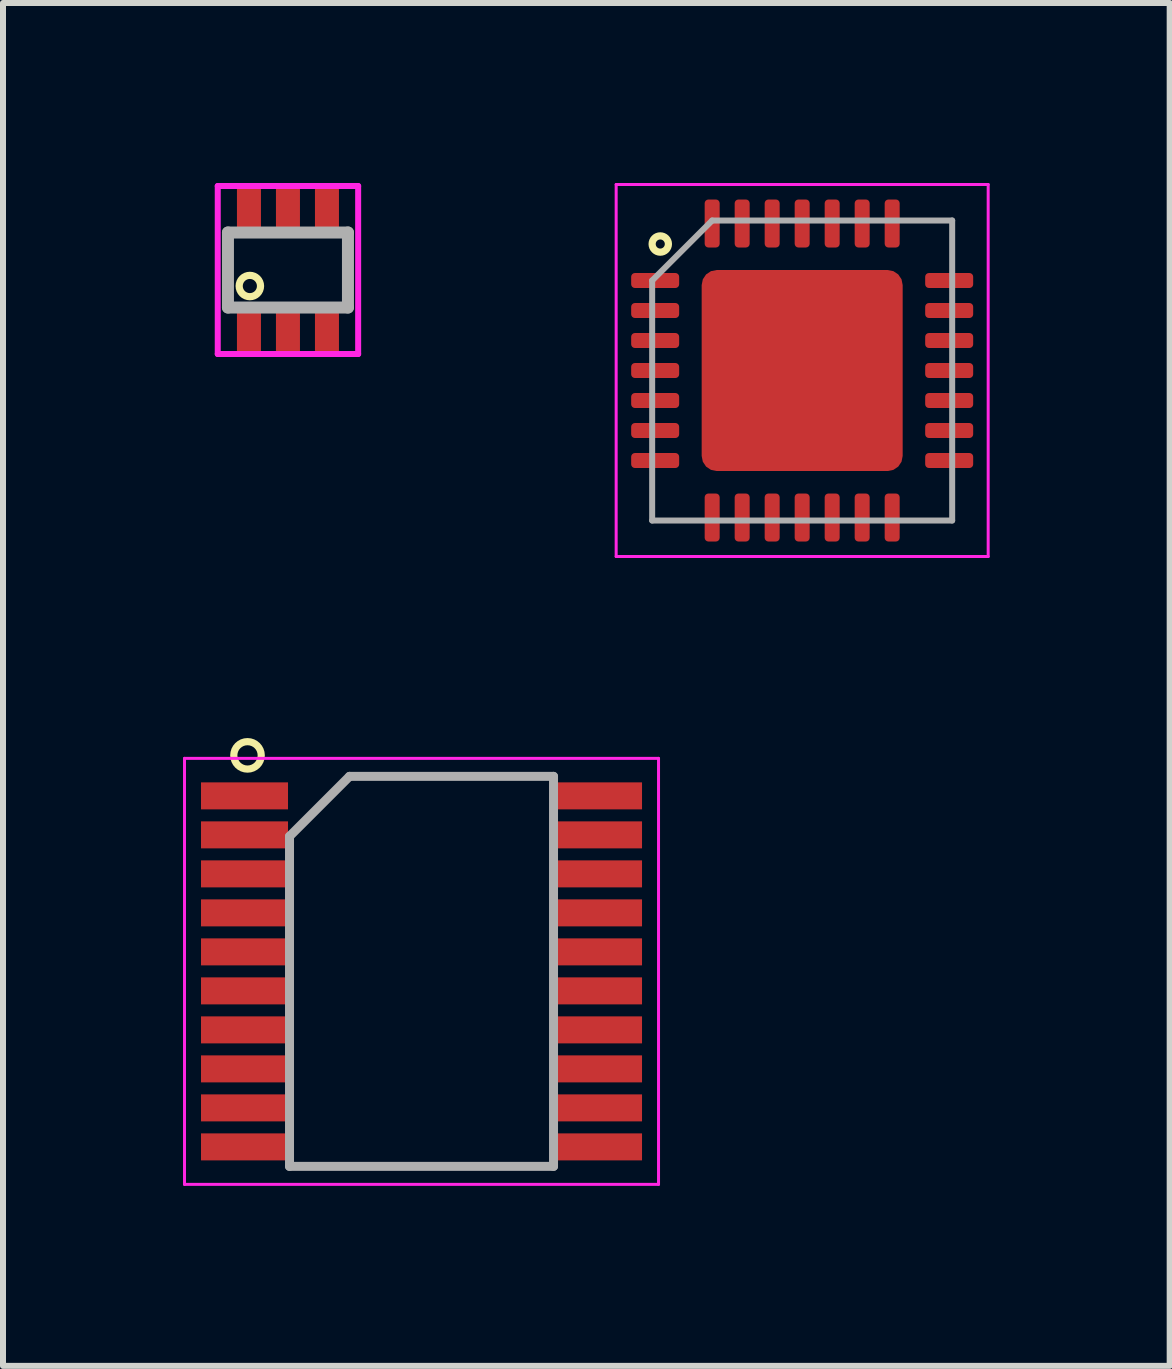
<source format=kicad_pcb>
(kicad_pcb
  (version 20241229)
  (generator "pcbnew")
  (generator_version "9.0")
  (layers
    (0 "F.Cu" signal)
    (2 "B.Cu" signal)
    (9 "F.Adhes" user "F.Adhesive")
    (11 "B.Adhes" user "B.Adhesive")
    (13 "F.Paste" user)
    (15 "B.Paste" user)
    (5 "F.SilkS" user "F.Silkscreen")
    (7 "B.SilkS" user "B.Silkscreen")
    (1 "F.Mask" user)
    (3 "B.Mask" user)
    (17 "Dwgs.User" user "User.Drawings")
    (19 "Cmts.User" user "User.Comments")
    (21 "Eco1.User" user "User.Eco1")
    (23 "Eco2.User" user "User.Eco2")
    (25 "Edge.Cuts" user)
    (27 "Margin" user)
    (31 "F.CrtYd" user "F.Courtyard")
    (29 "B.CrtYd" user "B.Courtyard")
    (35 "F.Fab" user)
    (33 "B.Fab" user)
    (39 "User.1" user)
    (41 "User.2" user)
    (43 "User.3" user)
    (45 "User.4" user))
  (footprint "STEPPER_TMC2209-LA-T"
    (layer "F.Cu")
    (at 10.319 3.125)
    (property "Reference" "STEPPER_TMC2209-LA-T" (at 0.028 0.597 0) (layer "Eco2.User") (effects (font (size 0.3 0.3) (thickness 0.075))))
    (attr smd)
    (fp_circle (center -2.365 -2.108) (end -2.296 -1.991) (stroke (width 0.12) (type solid)) (fill no) (layer "F.SilkS"))
    (fp_line (start -3.1 -3.1) (end -3.1 3.1) (stroke (width 0.05) (type solid)) (layer "F.CrtYd"))
    (fp_line (start -3.1 3.1) (end 3.1 3.1) (stroke (width 0.05) (type solid)) (layer "F.CrtYd"))
    (fp_line (start 3.1 -3.1) (end -3.1 -3.1) (stroke (width 0.05) (type solid)) (layer "F.CrtYd"))
    (fp_line (start 3.1 3.1) (end 3.1 -3.1) (stroke (width 0.05) (type solid)) (layer "F.CrtYd"))
    (fp_line (start -2.5 -1.5) (end -1.5 -2.5) (stroke (width 0.1) (type solid)) (layer "F.Fab"))
    (fp_line (start -2.5 2.5) (end -2.5 -1.5) (stroke (width 0.1) (type solid)) (layer "F.Fab"))
    (fp_line (start -1.5 -2.5) (end 2.5 -2.5) (stroke (width 0.1) (type solid)) (layer "F.Fab"))
    (fp_line (start 2.5 -2.5) (end 2.5 2.5) (stroke (width 0.1) (type solid)) (layer "F.Fab"))
    (fp_line (start 2.5 2.5) (end -2.5 2.5) (stroke (width 0.1) (type solid)) (layer "F.Fab"))
    (pad "" smd roundrect (at -1.12 -1.12) (size 0.9 0.9) (layers "F.Paste") (roundrect_rratio 0.25))
    (pad "" smd roundrect (at -1.12 0) (size 0.9 0.9) (layers "F.Paste") (roundrect_rratio 0.25))
    (pad "" smd roundrect (at -1.12 1.12) (size 0.9 0.9) (layers "F.Paste") (roundrect_rratio 0.25))
    (pad "" smd roundrect (at 0 -1.12) (size 0.9 0.9) (layers "F.Paste") (roundrect_rratio 0.25))
    (pad "" smd roundrect (at 0 0) (size 0.9 0.9) (layers "F.Paste") (roundrect_rratio 0.25))
    (pad "" smd roundrect (at 0 1.12) (size 0.9 0.9) (layers "F.Paste") (roundrect_rratio 0.25))
    (pad "" smd roundrect (at 1.12 -1.12) (size 0.9 0.9) (layers "F.Paste") (roundrect_rratio 0.25))
    (pad "" smd roundrect (at 1.12 0) (size 0.9 0.9) (layers "F.Paste") (roundrect_rratio 0.25))
    (pad "" smd roundrect (at 1.12 1.12) (size 0.9 0.9) (layers "F.Paste") (roundrect_rratio 0.25))
    (pad "1" smd roundrect (at -2.45 -1.5) (size 0.8 0.25) (layers "F.Cu" "F.Mask" "F.Paste") (roundrect_rratio 0.25))
    (pad "2" smd roundrect (at -2.45 -1) (size 0.8 0.25) (layers "F.Cu" "F.Mask" "F.Paste") (roundrect_rratio 0.25))
    (pad "3" smd roundrect (at -2.45 -0.5) (size 0.8 0.25) (layers "F.Cu" "F.Mask" "F.Paste") (roundrect_rratio 0.25))
    (pad "4" smd roundrect (at -2.45 0) (size 0.8 0.25) (layers "F.Cu" "F.Mask" "F.Paste") (roundrect_rratio 0.25))
    (pad "5" smd roundrect (at -2.45 0.5) (size 0.8 0.25) (layers "F.Cu" "F.Mask" "F.Paste") (roundrect_rratio 0.25))
    (pad "6" smd roundrect (at -2.45 1) (size 0.8 0.25) (layers "F.Cu" "F.Mask" "F.Paste") (roundrect_rratio 0.25))
    (pad "7" smd roundrect (at -2.45 1.5) (size 0.8 0.25) (layers "F.Cu" "F.Mask" "F.Paste") (roundrect_rratio 0.25))
    (pad "8" smd roundrect (at -1.5 2.45) (size 0.25 0.8) (layers "F.Cu" "F.Mask" "F.Paste") (roundrect_rratio 0.25))
    (pad "9" smd roundrect (at -1 2.45) (size 0.25 0.8) (layers "F.Cu" "F.Mask" "F.Paste") (roundrect_rratio 0.25))
    (pad "10" smd roundrect (at -0.5 2.45) (size 0.25 0.8) (layers "F.Cu" "F.Mask" "F.Paste") (roundrect_rratio 0.25))
    (pad "11" smd roundrect (at 0 2.45) (size 0.25 0.8) (layers "F.Cu" "F.Mask" "F.Paste") (roundrect_rratio 0.25))
    (pad "12" smd roundrect (at 0.5 2.45) (size 0.25 0.8) (layers "F.Cu" "F.Mask" "F.Paste") (roundrect_rratio 0.25))
    (pad "13" smd roundrect (at 1 2.45) (size 0.25 0.8) (layers "F.Cu" "F.Mask" "F.Paste") (roundrect_rratio 0.25))
    (pad "14" smd roundrect (at 1.5 2.45) (size 0.25 0.8) (layers "F.Cu" "F.Mask" "F.Paste") (roundrect_rratio 0.25))
    (pad "15" smd roundrect (at 2.45 1.5) (size 0.8 0.25) (layers "F.Cu" "F.Mask" "F.Paste") (roundrect_rratio 0.25))
    (pad "16" smd roundrect (at 2.45 1) (size 0.8 0.25) (layers "F.Cu" "F.Mask" "F.Paste") (roundrect_rratio 0.25))
    (pad "17" smd roundrect (at 2.45 0.5) (size 0.8 0.25) (layers "F.Cu" "F.Mask" "F.Paste") (roundrect_rratio 0.25))
    (pad "18" smd roundrect (at 2.45 0) (size 0.8 0.25) (layers "F.Cu" "F.Mask" "F.Paste") (roundrect_rratio 0.25))
    (pad "19" smd roundrect (at 2.45 -0.5) (size 0.8 0.25) (layers "F.Cu" "F.Mask" "F.Paste") (roundrect_rratio 0.25))
    (pad "20" smd roundrect (at 2.45 -1) (size 0.8 0.25) (layers "F.Cu" "F.Mask" "F.Paste") (roundrect_rratio 0.25))
    (pad "21" smd roundrect (at 2.45 -1.5) (size 0.8 0.25) (layers "F.Cu" "F.Mask" "F.Paste") (roundrect_rratio 0.25))
    (pad "22" smd roundrect (at 1.5 -2.45) (size 0.25 0.8) (layers "F.Cu" "F.Mask" "F.Paste") (roundrect_rratio 0.25))
    (pad "23" smd roundrect (at 1 -2.45) (size 0.25 0.8) (layers "F.Cu" "F.Mask" "F.Paste") (roundrect_rratio 0.25))
    (pad "24" smd roundrect (at 0.5 -2.45) (size 0.25 0.8) (layers "F.Cu" "F.Mask" "F.Paste") (roundrect_rratio 0.25))
    (pad "25" smd roundrect (at 0 -2.45) (size 0.25 0.8) (layers "F.Cu" "F.Mask" "F.Paste") (roundrect_rratio 0.25))
    (pad "26" smd roundrect (at -0.5 -2.45) (size 0.25 0.8) (layers "F.Cu" "F.Mask" "F.Paste") (roundrect_rratio 0.25))
    (pad "27" smd roundrect (at -1 -2.45) (size 0.25 0.8) (layers "F.Cu" "F.Mask" "F.Paste") (roundrect_rratio 0.25))
    (pad "28" smd roundrect (at -1.5 -2.45) (size 0.25 0.8) (layers "F.Cu" "F.Mask" "F.Paste") (roundrect_rratio 0.25))
    (pad "29" smd roundrect (at 0 0) (size 3.35 3.35) (layers "F.Cu" "F.Mask") (roundrect_rratio 0.075)))
  (footprint "STM32F042F6P6"
    (layer "F.Cu")
    (at 3.975 13.139)
    (property "Reference" "STM32F042F6P6" (at -0.097 -0.409 0) (layer "Eco2.User") (effects (font (size 0.3 0.3) (thickness 0.075))))
    (attr smd)
    (fp_circle (center -2.9 -3.6) (end -2.864 -3.374) (stroke (width 0.12) (type solid)) (fill no) (layer "F.SilkS"))
    (fp_line (start -3.95 -3.55) (end -3.95 3.55) (stroke (width 0.05) (type solid)) (layer "F.CrtYd"))
    (fp_line (start -3.95 -3.55) (end 3.95 -3.55) (stroke (width 0.05) (type solid)) (layer "F.CrtYd"))
    (fp_line (start -3.95 3.55) (end 3.95 3.55) (stroke (width 0.05) (type solid)) (layer "F.CrtYd"))
    (fp_line (start 3.95 -3.55) (end 3.95 3.55) (stroke (width 0.05) (type solid)) (layer "F.CrtYd"))
    (fp_line (start -2.2 -2.25) (end -1.2 -3.25) (stroke (width 0.15) (type solid)) (layer "F.Fab"))
    (fp_line (start -2.2 3.25) (end -2.2 -2.25) (stroke (width 0.15) (type solid)) (layer "F.Fab"))
    (fp_line (start -1.2 -3.25) (end 2.2 -3.25) (stroke (width 0.15) (type solid)) (layer "F.Fab"))
    (fp_line (start 2.2 -3.25) (end 2.2 3.25) (stroke (width 0.15) (type solid)) (layer "F.Fab"))
    (fp_line (start 2.2 3.25) (end -2.2 3.25) (stroke (width 0.15) (type solid)) (layer "F.Fab"))
    (pad "1" smd rect (at -2.95 -2.925) (size 1.45 0.45) (layers "F.Cu" "F.Mask" "F.Paste"))
    (pad "2" smd rect (at -2.95 -2.275) (size 1.45 0.45) (layers "F.Cu" "F.Mask" "F.Paste"))
    (pad "3" smd rect (at -2.95 -1.625) (size 1.45 0.45) (layers "F.Cu" "F.Mask" "F.Paste"))
    (pad "4" smd rect (at -2.95 -0.975) (size 1.45 0.45) (layers "F.Cu" "F.Mask" "F.Paste"))
    (pad "5" smd rect (at -2.95 -0.325) (size 1.45 0.45) (layers "F.Cu" "F.Mask" "F.Paste"))
    (pad "6" smd rect (at -2.95 0.325) (size 1.45 0.45) (layers "F.Cu" "F.Mask" "F.Paste"))
    (pad "7" smd rect (at -2.95 0.975) (size 1.45 0.45) (layers "F.Cu" "F.Mask" "F.Paste"))
    (pad "8" smd rect (at -2.95 1.625) (size 1.45 0.45) (layers "F.Cu" "F.Mask" "F.Paste"))
    (pad "9" smd rect (at -2.95 2.275) (size 1.45 0.45) (layers "F.Cu" "F.Mask" "F.Paste"))
    (pad "10" smd rect (at -2.95 2.925) (size 1.45 0.45) (layers "F.Cu" "F.Mask" "F.Paste"))
    (pad "11" smd rect (at 2.95 2.925) (size 1.45 0.45) (layers "F.Cu" "F.Mask" "F.Paste"))
    (pad "12" smd rect (at 2.95 2.275) (size 1.45 0.45) (layers "F.Cu" "F.Mask" "F.Paste"))
    (pad "13" smd rect (at 2.95 1.625) (size 1.45 0.45) (layers "F.Cu" "F.Mask" "F.Paste"))
    (pad "14" smd rect (at 2.95 0.975) (size 1.45 0.45) (layers "F.Cu" "F.Mask" "F.Paste"))
    (pad "15" smd rect (at 2.95 0.325) (size 1.45 0.45) (layers "F.Cu" "F.Mask" "F.Paste"))
    (pad "16" smd rect (at 2.95 -0.325) (size 1.45 0.45) (layers "F.Cu" "F.Mask" "F.Paste"))
    (pad "17" smd rect (at 2.95 -0.975) (size 1.45 0.45) (layers "F.Cu" "F.Mask" "F.Paste"))
    (pad "18" smd rect (at 2.95 -1.625) (size 1.45 0.45) (layers "F.Cu" "F.Mask" "F.Paste"))
    (pad "19" smd rect (at 2.95 -2.275) (size 1.45 0.45) (layers "F.Cu" "F.Mask" "F.Paste"))
    (pad "20" smd rect (at 2.95 -2.925) (size 1.45 0.45) (layers "F.Cu" "F.Mask" "F.Paste")))
  (footprint "SSM6N7002KFULF"
    (layer "F.Cu")
    (at 1.749 1.45)
    (property "Reference" "SSM6N7002KFULF" (at 0.348 0.025 0) (layer "Eco2.User") (effects (font (size 0.3 0.3) (thickness 0.075))))
    (attr smd)
    (fp_circle (center -0.635 0.267) (end -0.635 0.445) (stroke (width 0.12) (type solid)) (fill no) (layer "F.SilkS"))
    (fp_line (start -1.17 -1.4) (end 1.17 -1.4) (stroke (width 0.1) (type solid)) (layer "F.CrtYd"))
    (fp_line (start -1.17 1.4) (end -1.17 -1.4) (stroke (width 0.1) (type solid)) (layer "F.CrtYd"))
    (fp_line (start -1.17 1.4) (end 1.17 1.4) (stroke (width 0.1) (type solid)) (layer "F.CrtYd"))
    (fp_line (start 1.17 -1.4) (end 1.17 1.4) (stroke (width 0.1) (type solid)) (layer "F.CrtYd"))
    (fp_line (start -1 -0.625) (end 1 -0.625) (stroke (width 0.2) (type solid)) (layer "F.Fab"))
    (fp_line (start -1 0.625) (end -1 -0.625) (stroke (width 0.2) (type solid)) (layer "F.Fab"))
    (fp_line (start 1 -0.625) (end 1 0.625) (stroke (width 0.2) (type solid)) (layer "F.Fab"))
    (fp_line (start 1 0.625) (end -1 0.625) (stroke (width 0.2) (type solid)) (layer "F.Fab"))
    (pad "1" smd rect (at -0.65 0.95) (size 0.4 0.8) (layers "F.Cu" "F.Mask" "F.Paste"))
    (pad "2" smd rect (at 0 0.95) (size 0.4 0.8) (layers "F.Cu" "F.Mask" "F.Paste"))
    (pad "3" smd rect (at 0.65 0.95) (size 0.4 0.8) (layers "F.Cu" "F.Mask" "F.Paste"))
    (pad "4" smd rect (at 0.65 -0.95) (size 0.4 0.8) (layers "F.Cu" "F.Mask" "F.Paste"))
    (pad "5" smd rect (at 0 -0.95) (size 0.4 0.8) (layers "F.Cu" "F.Mask" "F.Paste"))
    (pad "6" smd rect (at -0.65 -0.95) (size 0.4 0.8) (layers "F.Cu" "F.Mask" "F.Paste")))
  (gr_rect
    (start -3 -3)
    (end 16.444 19.714)
    (stroke (width 0.1) (type default))
    (fill no)
    (layer "Edge.Cuts")))
</source>
